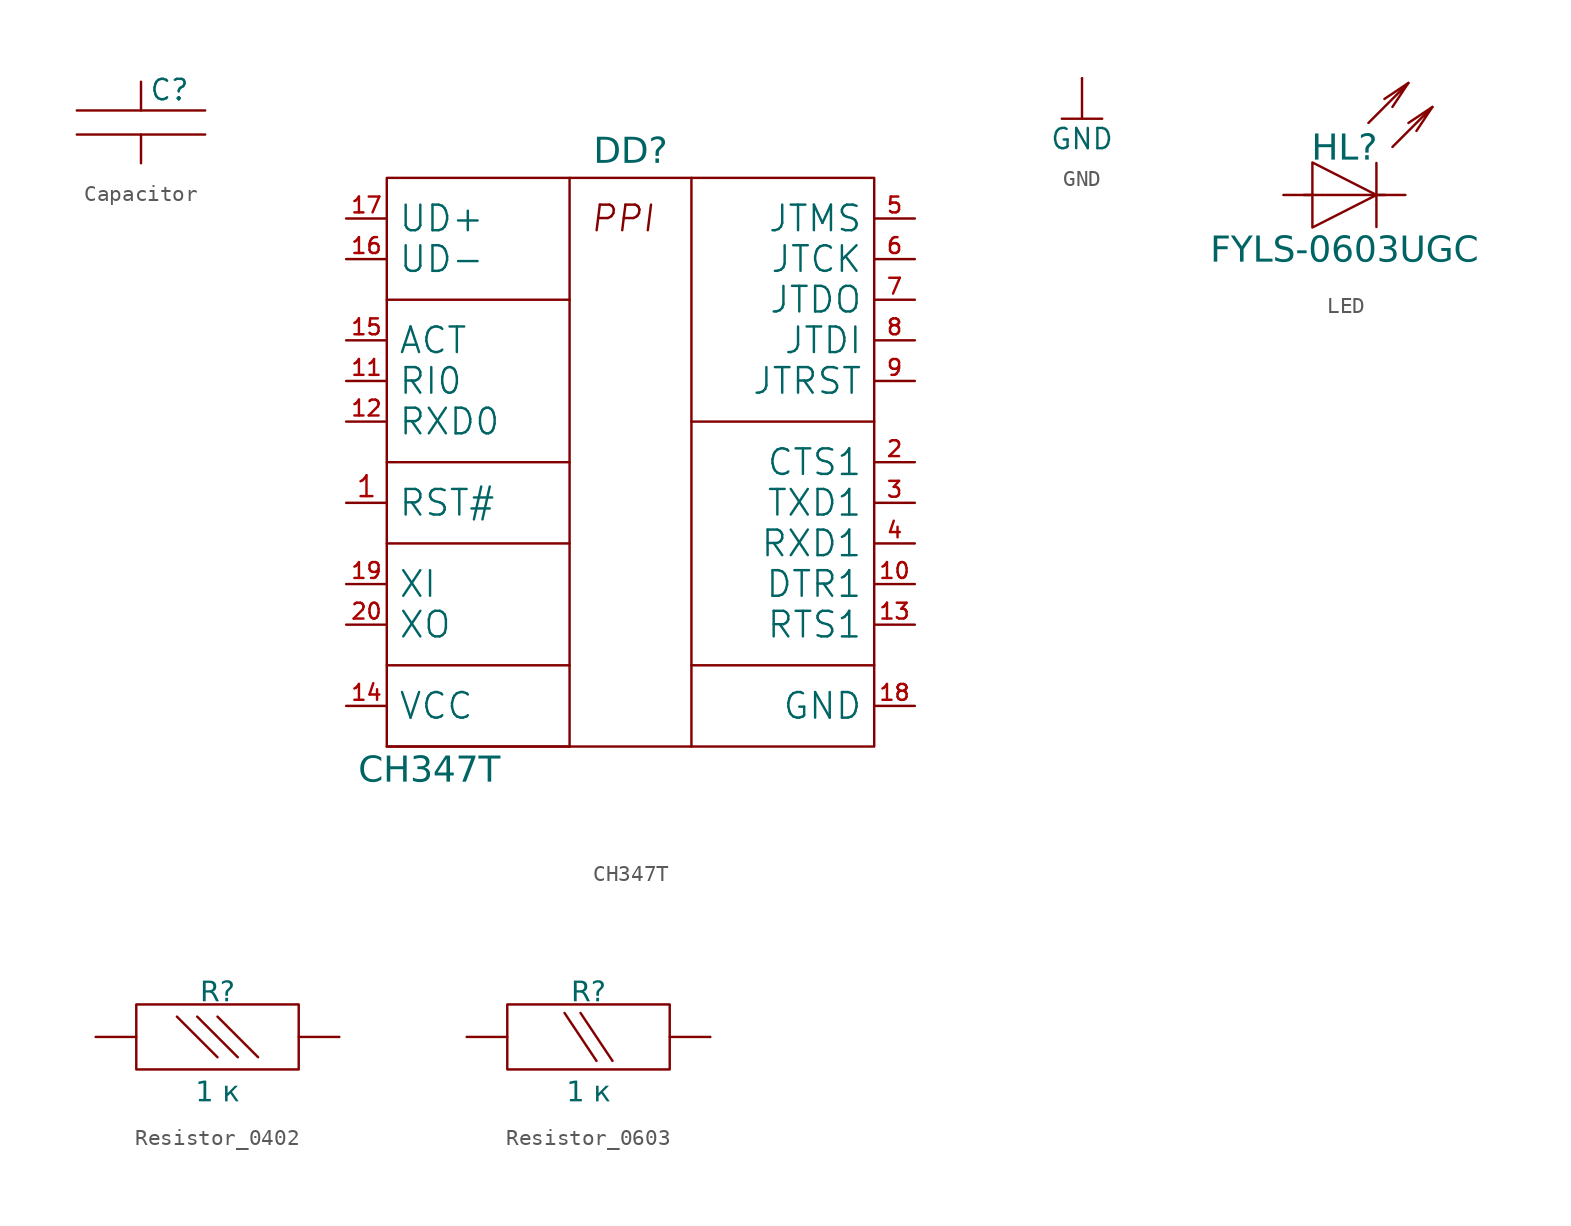
<source format=kicad_sym>
(kicad_symbol_lib
  (version 20231120)
  (generator "kicad_symbol_editor")
  (generator_version "8.0")
  (symbol "Capacitor"
    (pin_numbers hide)
    (pin_names hide)
    (property "Reference" "C"
      (at 1.778 2.032 0)
      (effects (font (size 1.27 1.27))))
    (property "Value" ""
      (at 0 0 0)
      (effects (font (size 1.27 1.27))))
    (symbol "Capacitor_0_1"
      (polyline (pts (xy -4 -0.75) (xy 4 -0.75)) (stroke (width 0) (type default)) (fill (type none)))
      (polyline (pts (xy -4 0.75) (xy 4 0.75)) (stroke (width 0) (type default)) (fill (type none))))
    (symbol "Capacitor_1_1"
      (pin passive line (at 0 2.54 270) (length 1.79) (name "~" (effects (font (size 1.27 1.27)))) (number "1" (effects (font (size 1.27 1.27)))))
      (pin passive line (at 0 -2.54 90) (length 1.79) (name "~" (effects (font (size 1.27 1.27)))) (number "2" (effects (font (size 1.27 1.27)))))))
  (symbol "CH347T"
    (pin_names
      (offset 0.7))
    (property "Reference" "DD"
      (at 0 5.08 0)
      (effects (font (face "GOST type A") (size 1.6 1.6) (italic yes)) (justify top)))
    (property "Value" "CH347T"
      (at -12.581 -34.552 0)
      (effects (font (face "GOST type A") (size 1.6 1.6) (italic yes))))
    (symbol "CH347T_0_1"
      (polyline (pts (xy -15.24 -33.02) (xy -3.81 -33.02)) (stroke (width 0) (type default)) (fill (type none)))
      (polyline (pts (xy -15.24 -27.94) (xy -3.81 -27.94)) (stroke (width 0) (type default)) (fill (type none)))
      (polyline (pts (xy -15.24 -20.32) (xy -3.81 -20.32)) (stroke (width 0) (type default)) (fill (type none)))
      (polyline (pts (xy -15.24 -15.24) (xy -3.81 -15.24)) (stroke (width 0) (type default)) (fill (type none)))
      (polyline (pts (xy -15.24 -5.08) (xy -3.81 -5.08)) (stroke (width 0) (type default)) (fill (type none)))
      (polyline (pts (xy -3.81 2.54) (xy -3.81 -33.02)) (stroke (width 0) (type default)) (fill (type none)))
      (polyline (pts (xy 3.81 -27.94) (xy 15.24 -27.94)) (stroke (width 0) (type default)) (fill (type none)))
      (polyline (pts (xy 3.81 -12.7) (xy 15.24 -12.7)) (stroke (width 0) (type default)) (fill (type none)))
      (polyline (pts (xy 3.81 2.54) (xy 3.81 -33.02)) (stroke (width 0) (type default)) (fill (type none))))
    (symbol "CH347T_1_0"
      (pin passive line (at -17.78 -10.16 0) (length 2.54) (name "RI0" (effects (font (size 1.6 1.6)))) (number "11" (effects (font (size 0.991 0.991)))))
      (pin passive line (at -17.78 -12.7 0) (length 2.54) (name "RXD0" (effects (font (size 1.6 1.6)))) (number "12" (effects (font (size 0.991 0.991)))))
      (pin passive line (at 17.78 -25.4 180) (length 2.54) (name "RTS1" (effects (font (size 1.6 1.6)))) (number "13" (effects (font (size 0.991 0.991)))))
      (pin passive line (at -17.78 -30.48 0) (length 2.54) (name "VCC" (effects (font (size 1.6 1.6)))) (number "14" (effects (font (size 0.991 0.991)))))
      (pin passive line (at -17.78 -7.62 0) (length 2.54) (name "ACT" (effects (font (size 1.6 1.6)))) (number "15" (effects (font (size 0.991 0.991)))))
      (pin passive line (at -17.78 -2.54 0) (length 2.54) (name "UD-" (effects (font (size 1.6 1.6)))) (number "16" (effects (font (size 0.991 0.991)))))
      (pin passive line (at -17.78 0 0) (length 2.54) (name "UD+" (effects (font (size 1.6 1.6)))) (number "17" (effects (font (size 0.991 0.991)))))
      (pin passive line (at 17.78 -30.48 180) (length 2.54) (name "GND" (effects (font (size 1.6 1.6)))) (number "18" (effects (font (size 0.991 0.991)))))
      (pin passive line (at -17.78 -22.86 0) (length 2.54) (name "XI" (effects (font (size 1.6 1.6)))) (number "19" (effects (font (size 0.991 0.991)))))
      (pin passive line (at -17.78 -25.4 0) (length 2.54) (name "XO" (effects (font (size 1.6 1.6)))) (number "20" (effects (font (size 0.991 0.991))))))
    (symbol "CH347T_1_1"
      (polyline (pts (xy -15.24 2.54) (xy 15.24 2.54) (xy 15.24 -33.02) (xy -15.24 -33.02) (xy -15.24 2.54)) (stroke (width 0) (type default)) (fill (type none)))
      (text "PPI" (at -0.508 0 0) (effects (font (size 1.6 1.6) (italic yes))))
      (pin passive line (at -17.78 -17.78 0) (length 2.54) (name "RST#" (effects (font (size 1.6 1.6)))) (number "1" (effects (font (size 1.3 1.3)))))
      (pin passive line (at 17.78 -22.86 180) (length 2.54) (name "DTR1" (effects (font (size 1.6 1.6)))) (number "10" (effects (font (size 0.991 0.991)))))
      (pin passive line (at 17.78 -15.24 180) (length 2.54) (name "CTS1" (effects (font (size 1.6 1.6)))) (number "2" (effects (font (size 0.991 0.991)))))
      (pin passive line (at 17.78 -17.78 180) (length 2.54) (name "TXD1" (effects (font (size 1.6 1.6)))) (number "3" (effects (font (size 0.991 0.991)))))
      (pin passive line (at 17.78 -20.32 180) (length 2.54) (name "RXD1" (effects (font (size 1.6 1.6)))) (number "4" (effects (font (size 0.991 0.991)))))
      (pin passive line (at 17.78 0 180) (length 2.54) (name "JTMS" (effects (font (size 1.6 1.6)))) (number "5" (effects (font (size 0.991 0.991)))))
      (pin passive line (at 17.78 -2.54 180) (length 2.54) (name "JTCK" (effects (font (size 1.6 1.6)))) (number "6" (effects (font (size 0.991 0.991)))))
      (pin passive line (at 17.78 -5.08 180) (length 2.54) (name "JTDO" (effects (font (size 1.6 1.6)))) (number "7" (effects (font (size 0.991 0.991)))))
      (pin passive line (at 17.78 -7.62 180) (length 2.54) (name "JTDI" (effects (font (size 1.6 1.6)))) (number "8" (effects (font (size 0.991 0.991)))))
      (pin passive line (at 17.78 -10.16 180) (length 2.54) (name "JTRST" (effects (font (size 1.6 1.6)))) (number "9" (effects (font (size 0.991 0.991)))))))
  (symbol "GND"
    (power)
    (pin_numbers hide)
    (pin_names
      (offset 0) hide)
    (property "Reference" "#PWR"
      (at 0 -6.35 0)
      (effects (font (size 1.27 1.27)) (hide yes)))
    (property "Value" "GND"
      (at 0 -3.81 0)
      (effects (font (size 1.27 1.27))))
    (symbol "GND_0_1"
      (polyline (pts (xy 0 0) (xy 0 -2.54) (xy 1.27 -2.54) (xy 0 -2.54) (xy -1.27 -2.54) (xy -1.27 -2.54)) (stroke (width 0) (type default)) (fill (type none))))
    (symbol "GND_1_1"
      (pin power_in line (at 0 0 270) (length 0) (name "~" (effects (font (size 1.27 1.27)))) (number "1" (effects (font (size 1.27 1.27)))))))
  (symbol "LED"
    (pin_numbers hide)
    (pin_names
      (offset 0) hide)
    (property "Reference" "HL"
      (at 0 3.81 0)
      (effects (font (face "GOST type A") (size 1.6 1.6) (italic yes)) (justify top)))
    (property "Value" "FYLS-0603UGC"
      (at 0 -3.5 0)
      (effects (font (face "GOST type A") (size 1.6 1.6) (italic yes))))
    (symbol "LED_0_1"
      (polyline (pts (xy -2.54 0) (xy 2.54 0)) (stroke (width 0) (type default)) (fill (type none)))
      (polyline (pts (xy 4 7) (xy 2.5 6)) (stroke (width 0) (type default)) (fill (type none)))
      (polyline (pts (xy 5.5 5.5) (xy 4 4.5)) (stroke (width 0) (type default)) (fill (type none)))
      (polyline (pts (xy 1.5 4.5) (xy 4 7) (xy 3 5.5)) (stroke (width 0) (type default)) (fill (type none)))
      (polyline (pts (xy 3 3) (xy 5.5 5.5) (xy 4.5 4)) (stroke (width 0) (type default)) (fill (type none)))
      (polyline (pts (xy 2 2) (xy 2 -2) (xy 2 -2) (xy 2 -2)) (stroke (width 0) (type default)) (fill (type none)))
      (polyline (pts (xy -2 0) (xy -2 2.032) (xy 2 0) (xy 2 0) (xy -2 -2.032) (xy -2 0)) (stroke (width 0) (type default)) (fill (type none))))
    (symbol "LED_1_1"
      (pin passive line (at 3.81 0 180) (length 1.81) (name "~" (effects (font (size 1.27 1.27)))) (number "1" (effects (font (size 1.27 1.27)))))
      (pin passive line (at -3.81 0 0) (length 1.81) (name "~" (effects (font (size 1.27 1.27)))) (number "2" (effects (font (size 1.27 1.27)))))))
  (symbol "Resistor_0402"
    (pin_numbers hide)
    (pin_names
      (offset 0) hide)
    (property "Reference" "R"
      (at 0 3.5 0)
      (effects (font (face "GOST type A") (size 1.27 1.27) (italic yes)) (justify top)))
    (property "Value" "1 к"
      (at 0 -3.5 0)
      (effects (font (face "GOST type A") (size 1.27 1.27) (italic yes))))
    (symbol "Resistor_0402_0_1"
      (polyline (pts (xy -2.54 1.27) (xy 0 -1.27)) (stroke (width 0) (type default)) (fill (type none)))
      (polyline (pts (xy -1.27 1.27) (xy 1.27 -1.27)) (stroke (width 0) (type default)) (fill (type none)))
      (polyline (pts (xy 0 1.27) (xy 2.54 -1.27)) (stroke (width 0) (type default)) (fill (type none)))
      (polyline (pts (xy -5.08 0) (xy -5.08 2.032) (xy 5.08 2.032) (xy 5.08 -2.032) (xy -5.08 -2.032) (xy -5.08 0)) (stroke (width 0) (type default)) (fill (type none))))
    (symbol "Resistor_0402_1_1"
      (pin passive line (at -7.62 0 0) (length 2.54) (name "~" (effects (font (size 1.27 1.27)))) (number "1" (effects (font (size 1.27 1.27)))))
      (pin passive line (at 7.62 0 180) (length 2.54) (name "~" (effects (font (size 1.27 1.27)))) (number "2" (effects (font (size 1.27 1.27)))))))
  (symbol "Resistor_0603"
    (pin_numbers hide)
    (pin_names
      (offset 0) hide)
    (property "Reference" "R"
      (at 0 3.5 0)
      (effects (font (face "GOST type A") (size 1.27 1.27) (italic yes)) (justify top)))
    (property "Value" "1 к"
      (at 0 -3.5 0)
      (effects (font (face "GOST type A") (size 1.27 1.27) (italic yes))))
    (symbol "Resistor_0603_0_1"
      (polyline (pts (xy -1.5 1.5) (xy 0.5 -1.5)) (stroke (width 0) (type default)) (fill (type none)))
      (polyline (pts (xy -0.5 1.5) (xy 1.5 -1.5)) (stroke (width 0) (type default)) (fill (type none)))
      (polyline (pts (xy -5.08 0) (xy -5.08 2.032) (xy 5.08 2.032) (xy 5.08 -2.032) (xy -5.08 -2.032) (xy -5.08 0)) (stroke (width 0) (type default)) (fill (type none))))
    (symbol "Resistor_0603_1_1"
      (pin passive line (at -7.62 0 0) (length 2.54) (name "~" (effects (font (size 1.27 1.27)))) (number "1" (effects (font (size 1.27 1.27)))))
      (pin passive line (at 7.62 0 180) (length 2.54) (name "~" (effects (font (size 1.27 1.27)))) (number "2" (effects (font (size 1.27 1.27))))))))
</source>
